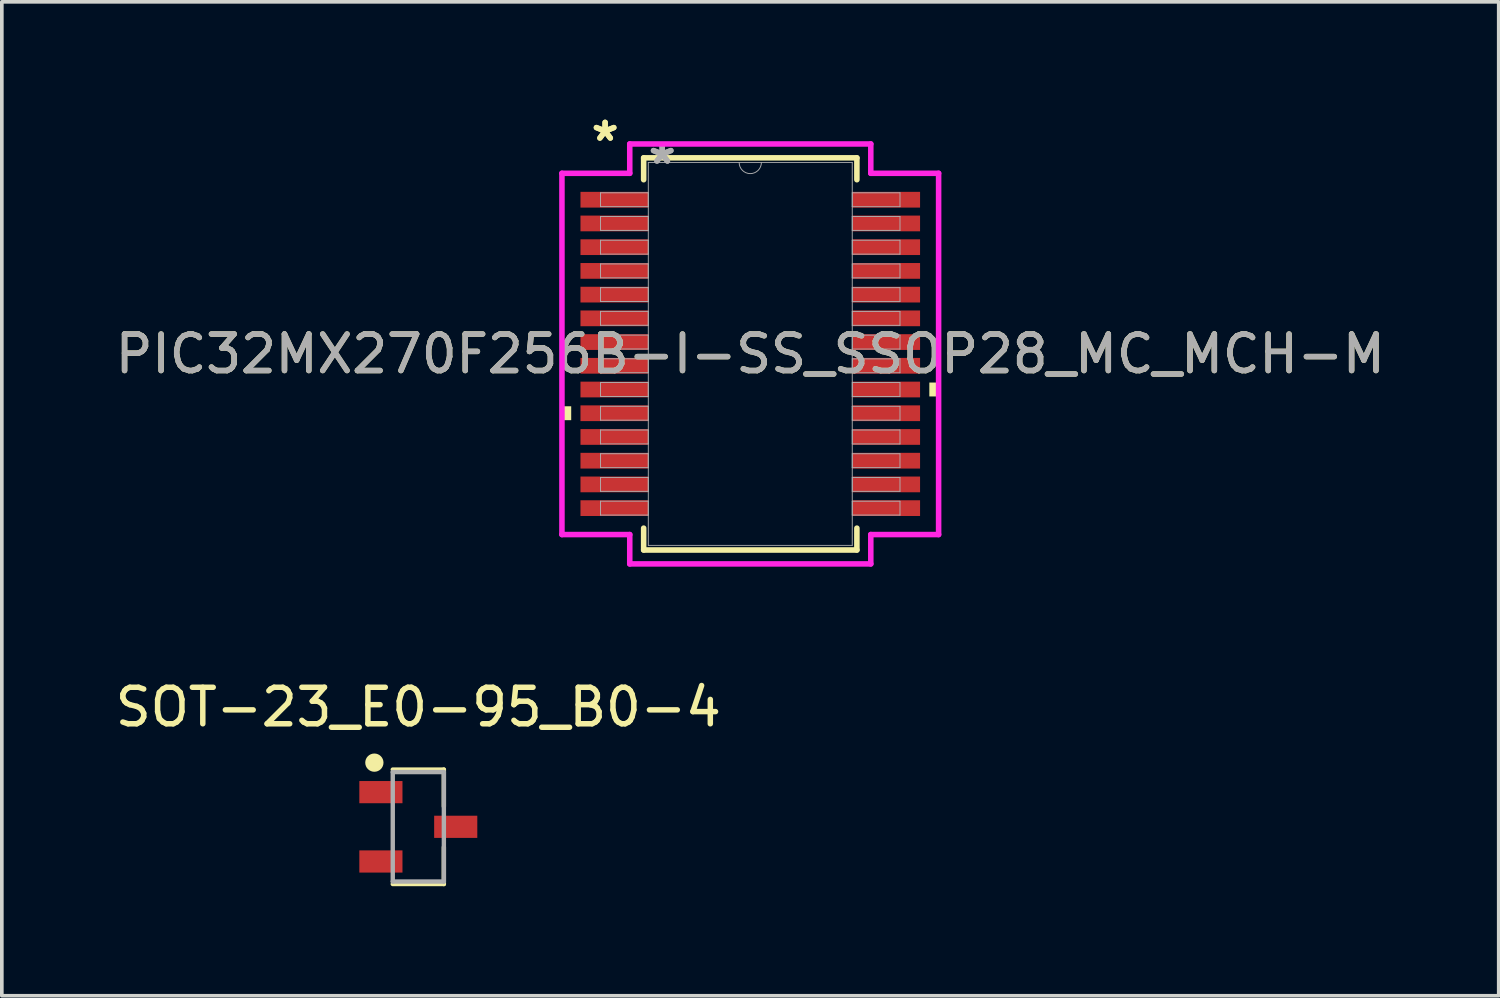
<source format=kicad_pcb>
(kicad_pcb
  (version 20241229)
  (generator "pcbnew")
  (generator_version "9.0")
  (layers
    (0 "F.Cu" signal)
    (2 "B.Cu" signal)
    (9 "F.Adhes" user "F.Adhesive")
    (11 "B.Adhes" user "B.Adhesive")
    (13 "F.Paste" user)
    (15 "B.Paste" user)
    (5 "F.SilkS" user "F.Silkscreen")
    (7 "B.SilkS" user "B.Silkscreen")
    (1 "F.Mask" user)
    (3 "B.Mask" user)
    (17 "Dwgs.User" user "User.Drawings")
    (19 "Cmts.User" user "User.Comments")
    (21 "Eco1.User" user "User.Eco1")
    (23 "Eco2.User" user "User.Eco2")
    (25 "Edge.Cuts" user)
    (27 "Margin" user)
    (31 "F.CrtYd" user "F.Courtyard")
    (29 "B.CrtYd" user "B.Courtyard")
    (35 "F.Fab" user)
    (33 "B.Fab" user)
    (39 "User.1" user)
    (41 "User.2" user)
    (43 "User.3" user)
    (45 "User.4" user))
  (footprint "SOT-23_E0-95_B0-4"
    (layer "F.Cu")
    (at 8.411 19.603)
    (property "Reference" "SOT-23_E0-95_B0-4" (at 0 -3.278 0) (layer "F.SilkS") (effects (font (size 1 1) (thickness 0.15))))
    (attr smd)
    (fp_line (start -0.7 -1.568) (end 0.7 -1.568) (stroke (width 0.12) (type solid)) (layer "F.SilkS"))
    (fp_line (start -0.7 1.568) (end 0.7 1.568) (stroke (width 0.12) (type solid)) (layer "F.SilkS"))
    (fp_line (start 0.7 -1.568) (end 0.7 -0.558) (stroke (width 0.12) (type solid)) (layer "F.SilkS"))
    (fp_line (start 0.7 1.568) (end 0.7 0.558) (stroke (width 0.12) (type solid)) (layer "F.SilkS"))
    (fp_circle (center -1.204 -1.758) (end -0.954 -1.758) (stroke (width 0) (type solid)) (fill yes) (layer "F.SilkS"))
    (fp_line (start -0.7 -1.5) (end 0.7 -1.5) (stroke (width 0.12) (type solid)) (layer "F.Fab"))
    (fp_line (start -0.7 1.5) (end -0.7 -1.5) (stroke (width 0.12) (type solid)) (layer "F.Fab"))
    (fp_line (start 0.7 -1.5) (end 0.7 1.5) (stroke (width 0.12) (type solid)) (layer "F.Fab"))
    (fp_line (start 0.7 1.5) (end -0.7 1.5) (stroke (width 0.12) (type solid)) (layer "F.Fab"))
    (pad "1" smd rect (at -1.025 -0.95) (size 1.182 0.608) (layers "F.Cu" "F.Mask" "F.Paste"))
    (pad "2" smd rect (at -1.025 0.95) (size 1.182 0.608) (layers "F.Cu" "F.Mask" "F.Paste"))
    (pad "3" smd rect (at 1.025 0) (size 1.182 0.608) (layers "F.Cu" "F.Mask" "F.Paste")))
  (footprint "PIC32MX270F256B-I-SS_SSOP28_MC_MCH-M"
    (layer "F.Cu")
    (at 17.506 6.647)
    (property "Reference" "PIC32MX270F256B-I-SS_SSOP28_MC_MCH-M" (at 0 0 0) (unlocked yes) (layer "F.SilkS") (effects (font (size 1 1) (thickness 0.15))))
    (attr smd)
    (fp_line (start -2.921 -5.372) (end -2.921 -4.773) (stroke (width 0.152) (type solid)) (layer "F.SilkS"))
    (fp_line (start -2.921 4.773) (end -2.921 5.372) (stroke (width 0.152) (type solid)) (layer "F.SilkS"))
    (fp_line (start -2.921 5.372) (end 2.921 5.372) (stroke (width 0.152) (type solid)) (layer "F.SilkS"))
    (fp_line (start 2.921 -5.372) (end -2.921 -5.372) (stroke (width 0.152) (type solid)) (layer "F.SilkS"))
    (fp_line (start 2.921 -4.773) (end 2.921 -5.372) (stroke (width 0.152) (type solid)) (layer "F.SilkS"))
    (fp_line (start 2.921 5.372) (end 2.921 4.773) (stroke (width 0.152) (type solid)) (layer "F.SilkS"))
    (fp_poly (pts (xy -5.16 1.434) (xy -5.16 1.815) (xy -4.906 1.815) (xy -4.906 1.434)) (stroke (width 0) (type solid)) (fill yes) (layer "F.SilkS"))
    (fp_poly (pts (xy 5.16 0.784) (xy 5.16 1.165) (xy 4.906 1.165) (xy 4.906 0.784)) (stroke (width 0) (type solid)) (fill yes) (layer "F.SilkS"))
    (fp_line (start -5.16 -4.949) (end -3.302 -4.949) (stroke (width 0.152) (type solid)) (layer "F.CrtYd"))
    (fp_line (start -5.16 4.949) (end -5.16 -4.949) (stroke (width 0.152) (type solid)) (layer "F.CrtYd"))
    (fp_line (start -5.16 4.949) (end -3.302 4.949) (stroke (width 0.152) (type solid)) (layer "F.CrtYd"))
    (fp_line (start -3.302 -5.753) (end 3.302 -5.753) (stroke (width 0.152) (type solid)) (layer "F.CrtYd"))
    (fp_line (start -3.302 -4.949) (end -3.302 -5.753) (stroke (width 0.152) (type solid)) (layer "F.CrtYd"))
    (fp_line (start -3.302 5.753) (end -3.302 4.949) (stroke (width 0.152) (type solid)) (layer "F.CrtYd"))
    (fp_line (start 3.302 -5.753) (end 3.302 -4.949) (stroke (width 0.152) (type solid)) (layer "F.CrtYd"))
    (fp_line (start 3.302 4.949) (end 3.302 5.753) (stroke (width 0.152) (type solid)) (layer "F.CrtYd"))
    (fp_line (start 3.302 5.753) (end -3.302 5.753) (stroke (width 0.152) (type solid)) (layer "F.CrtYd"))
    (fp_line (start 5.16 -4.949) (end 3.302 -4.949) (stroke (width 0.152) (type solid)) (layer "F.CrtYd"))
    (fp_line (start 5.16 -4.949) (end 5.16 4.949) (stroke (width 0.152) (type solid)) (layer "F.CrtYd"))
    (fp_line (start 5.16 4.949) (end 3.302 4.949) (stroke (width 0.152) (type solid)) (layer "F.CrtYd"))
    (fp_line (start -4.102 -4.415) (end -4.102 -4.035) (stroke (width 0.025) (type solid)) (layer "F.Fab"))
    (fp_line (start -4.102 -4.035) (end -2.794 -4.035) (stroke (width 0.025) (type solid)) (layer "F.Fab"))
    (fp_line (start -4.102 -3.765) (end -4.102 -3.385) (stroke (width 0.025) (type solid)) (layer "F.Fab"))
    (fp_line (start -4.102 -3.385) (end -2.794 -3.385) (stroke (width 0.025) (type solid)) (layer "F.Fab"))
    (fp_line (start -4.102 -3.115) (end -4.102 -2.735) (stroke (width 0.025) (type solid)) (layer "F.Fab"))
    (fp_line (start -4.102 -2.735) (end -2.794 -2.735) (stroke (width 0.025) (type solid)) (layer "F.Fab"))
    (fp_line (start -4.102 -2.466) (end -4.102 -2.084) (stroke (width 0.025) (type solid)) (layer "F.Fab"))
    (fp_line (start -4.102 -2.084) (end -2.794 -2.084) (stroke (width 0.025) (type solid)) (layer "F.Fab"))
    (fp_line (start -4.102 -1.816) (end -4.102 -1.435) (stroke (width 0.025) (type solid)) (layer "F.Fab"))
    (fp_line (start -4.102 -1.435) (end -2.794 -1.435) (stroke (width 0.025) (type solid)) (layer "F.Fab"))
    (fp_line (start -4.102 -1.166) (end -4.102 -0.785) (stroke (width 0.025) (type solid)) (layer "F.Fab"))
    (fp_line (start -4.102 -0.785) (end -2.794 -0.785) (stroke (width 0.025) (type solid)) (layer "F.Fab"))
    (fp_line (start -4.102 -0.516) (end -4.102 -0.135) (stroke (width 0.025) (type solid)) (layer "F.Fab"))
    (fp_line (start -4.102 -0.135) (end -2.794 -0.135) (stroke (width 0.025) (type solid)) (layer "F.Fab"))
    (fp_line (start -4.102 0.134) (end -4.102 0.515) (stroke (width 0.025) (type solid)) (layer "F.Fab"))
    (fp_line (start -4.102 0.515) (end -2.794 0.515) (stroke (width 0.025) (type solid)) (layer "F.Fab"))
    (fp_line (start -4.102 0.784) (end -4.102 1.165) (stroke (width 0.025) (type solid)) (layer "F.Fab"))
    (fp_line (start -4.102 1.165) (end -2.794 1.165) (stroke (width 0.025) (type solid)) (layer "F.Fab"))
    (fp_line (start -4.102 1.434) (end -4.102 1.815) (stroke (width 0.025) (type solid)) (layer "F.Fab"))
    (fp_line (start -4.102 1.815) (end -2.794 1.815) (stroke (width 0.025) (type solid)) (layer "F.Fab"))
    (fp_line (start -4.102 2.084) (end -4.102 2.465) (stroke (width 0.025) (type solid)) (layer "F.Fab"))
    (fp_line (start -4.102 2.465) (end -2.794 2.465) (stroke (width 0.025) (type solid)) (layer "F.Fab"))
    (fp_line (start -4.102 2.734) (end -4.102 3.115) (stroke (width 0.025) (type solid)) (layer "F.Fab"))
    (fp_line (start -4.102 3.115) (end -2.794 3.115) (stroke (width 0.025) (type solid)) (layer "F.Fab"))
    (fp_line (start -4.102 3.384) (end -4.102 3.765) (stroke (width 0.025) (type solid)) (layer "F.Fab"))
    (fp_line (start -4.102 3.765) (end -2.794 3.765) (stroke (width 0.025) (type solid)) (layer "F.Fab"))
    (fp_line (start -4.102 4.034) (end -4.102 4.415) (stroke (width 0.025) (type solid)) (layer "F.Fab"))
    (fp_line (start -4.102 4.415) (end -2.794 4.415) (stroke (width 0.025) (type solid)) (layer "F.Fab"))
    (fp_line (start -2.794 -5.245) (end -2.794 5.245) (stroke (width 0.025) (type solid)) (layer "F.Fab"))
    (fp_line (start -2.794 -4.415) (end -4.102 -4.415) (stroke (width 0.025) (type solid)) (layer "F.Fab"))
    (fp_line (start -2.794 -4.035) (end -2.794 -4.415) (stroke (width 0.025) (type solid)) (layer "F.Fab"))
    (fp_line (start -2.794 -3.765) (end -4.102 -3.765) (stroke (width 0.025) (type solid)) (layer "F.Fab"))
    (fp_line (start -2.794 -3.385) (end -2.794 -3.765) (stroke (width 0.025) (type solid)) (layer "F.Fab"))
    (fp_line (start -2.794 -3.115) (end -4.102 -3.115) (stroke (width 0.025) (type solid)) (layer "F.Fab"))
    (fp_line (start -2.794 -2.735) (end -2.794 -3.115) (stroke (width 0.025) (type solid)) (layer "F.Fab"))
    (fp_line (start -2.794 -2.466) (end -4.102 -2.466) (stroke (width 0.025) (type solid)) (layer "F.Fab"))
    (fp_line (start -2.794 -2.084) (end -2.794 -2.466) (stroke (width 0.025) (type solid)) (layer "F.Fab"))
    (fp_line (start -2.794 -1.816) (end -4.102 -1.816) (stroke (width 0.025) (type solid)) (layer "F.Fab"))
    (fp_line (start -2.794 -1.435) (end -2.794 -1.816) (stroke (width 0.025) (type solid)) (layer "F.Fab"))
    (fp_line (start -2.794 -1.166) (end -4.102 -1.166) (stroke (width 0.025) (type solid)) (layer "F.Fab"))
    (fp_line (start -2.794 -0.785) (end -2.794 -1.166) (stroke (width 0.025) (type solid)) (layer "F.Fab"))
    (fp_line (start -2.794 -0.516) (end -4.102 -0.516) (stroke (width 0.025) (type solid)) (layer "F.Fab"))
    (fp_line (start -2.794 -0.135) (end -2.794 -0.516) (stroke (width 0.025) (type solid)) (layer "F.Fab"))
    (fp_line (start -2.794 0.134) (end -4.102 0.134) (stroke (width 0.025) (type solid)) (layer "F.Fab"))
    (fp_line (start -2.794 0.515) (end -2.794 0.134) (stroke (width 0.025) (type solid)) (layer "F.Fab"))
    (fp_line (start -2.794 0.784) (end -4.102 0.784) (stroke (width 0.025) (type solid)) (layer "F.Fab"))
    (fp_line (start -2.794 1.165) (end -2.794 0.784) (stroke (width 0.025) (type solid)) (layer "F.Fab"))
    (fp_line (start -2.794 1.434) (end -4.102 1.434) (stroke (width 0.025) (type solid)) (layer "F.Fab"))
    (fp_line (start -2.794 1.815) (end -2.794 1.434) (stroke (width 0.025) (type solid)) (layer "F.Fab"))
    (fp_line (start -2.794 2.084) (end -4.102 2.084) (stroke (width 0.025) (type solid)) (layer "F.Fab"))
    (fp_line (start -2.794 2.465) (end -2.794 2.084) (stroke (width 0.025) (type solid)) (layer "F.Fab"))
    (fp_line (start -2.794 2.734) (end -4.102 2.734) (stroke (width 0.025) (type solid)) (layer "F.Fab"))
    (fp_line (start -2.794 3.115) (end -2.794 2.734) (stroke (width 0.025) (type solid)) (layer "F.Fab"))
    (fp_line (start -2.794 3.384) (end -4.102 3.384) (stroke (width 0.025) (type solid)) (layer "F.Fab"))
    (fp_line (start -2.794 3.765) (end -2.794 3.384) (stroke (width 0.025) (type solid)) (layer "F.Fab"))
    (fp_line (start -2.794 4.034) (end -4.102 4.034) (stroke (width 0.025) (type solid)) (layer "F.Fab"))
    (fp_line (start -2.794 4.415) (end -2.794 4.034) (stroke (width 0.025) (type solid)) (layer "F.Fab"))
    (fp_line (start -2.794 5.245) (end 2.794 5.245) (stroke (width 0.025) (type solid)) (layer "F.Fab"))
    (fp_line (start 2.794 -5.245) (end -2.794 -5.245) (stroke (width 0.025) (type solid)) (layer "F.Fab"))
    (fp_line (start 2.794 -4.415) (end 2.794 -4.034) (stroke (width 0.025) (type solid)) (layer "F.Fab"))
    (fp_line (start 2.794 -4.034) (end 4.102 -4.034) (stroke (width 0.025) (type solid)) (layer "F.Fab"))
    (fp_line (start 2.794 -3.765) (end 2.794 -3.384) (stroke (width 0.025) (type solid)) (layer "F.Fab"))
    (fp_line (start 2.794 -3.384) (end 4.102 -3.384) (stroke (width 0.025) (type solid)) (layer "F.Fab"))
    (fp_line (start 2.794 -3.115) (end 2.794 -2.734) (stroke (width 0.025) (type solid)) (layer "F.Fab"))
    (fp_line (start 2.794 -2.734) (end 4.102 -2.734) (stroke (width 0.025) (type solid)) (layer "F.Fab"))
    (fp_line (start 2.794 -2.465) (end 2.794 -2.084) (stroke (width 0.025) (type solid)) (layer "F.Fab"))
    (fp_line (start 2.794 -2.084) (end 4.102 -2.084) (stroke (width 0.025) (type solid)) (layer "F.Fab"))
    (fp_line (start 2.794 -1.815) (end 2.794 -1.434) (stroke (width 0.025) (type solid)) (layer "F.Fab"))
    (fp_line (start 2.794 -1.434) (end 4.102 -1.434) (stroke (width 0.025) (type solid)) (layer "F.Fab"))
    (fp_line (start 2.794 -1.165) (end 2.794 -0.784) (stroke (width 0.025) (type solid)) (layer "F.Fab"))
    (fp_line (start 2.794 -0.784) (end 4.102 -0.784) (stroke (width 0.025) (type solid)) (layer "F.Fab"))
    (fp_line (start 2.794 -0.515) (end 2.794 -0.134) (stroke (width 0.025) (type solid)) (layer "F.Fab"))
    (fp_line (start 2.794 -0.134) (end 4.102 -0.134) (stroke (width 0.025) (type solid)) (layer "F.Fab"))
    (fp_line (start 2.794 0.135) (end 2.794 0.516) (stroke (width 0.025) (type solid)) (layer "F.Fab"))
    (fp_line (start 2.794 0.516) (end 4.102 0.516) (stroke (width 0.025) (type solid)) (layer "F.Fab"))
    (fp_line (start 2.794 0.784) (end 2.794 1.165) (stroke (width 0.025) (type solid)) (layer "F.Fab"))
    (fp_line (start 2.794 1.165) (end 4.102 1.165) (stroke (width 0.025) (type solid)) (layer "F.Fab"))
    (fp_line (start 2.794 1.435) (end 2.794 1.815) (stroke (width 0.025) (type solid)) (layer "F.Fab"))
    (fp_line (start 2.794 1.815) (end 4.102 1.815) (stroke (width 0.025) (type solid)) (layer "F.Fab"))
    (fp_line (start 2.794 2.084) (end 2.794 2.466) (stroke (width 0.025) (type solid)) (layer "F.Fab"))
    (fp_line (start 2.794 2.466) (end 4.102 2.466) (stroke (width 0.025) (type solid)) (layer "F.Fab"))
    (fp_line (start 2.794 2.735) (end 2.794 3.115) (stroke (width 0.025) (type solid)) (layer "F.Fab"))
    (fp_line (start 2.794 3.115) (end 4.102 3.115) (stroke (width 0.025) (type solid)) (layer "F.Fab"))
    (fp_line (start 2.794 3.385) (end 2.794 3.765) (stroke (width 0.025) (type solid)) (layer "F.Fab"))
    (fp_line (start 2.794 3.765) (end 4.102 3.765) (stroke (width 0.025) (type solid)) (layer "F.Fab"))
    (fp_line (start 2.794 4.035) (end 2.794 4.415) (stroke (width 0.025) (type solid)) (layer "F.Fab"))
    (fp_line (start 2.794 4.415) (end 4.102 4.415) (stroke (width 0.025) (type solid)) (layer "F.Fab"))
    (fp_line (start 2.794 5.245) (end 2.794 -5.245) (stroke (width 0.025) (type solid)) (layer "F.Fab"))
    (fp_line (start 4.102 -4.415) (end 2.794 -4.415) (stroke (width 0.025) (type solid)) (layer "F.Fab"))
    (fp_line (start 4.102 -4.034) (end 4.102 -4.415) (stroke (width 0.025) (type solid)) (layer "F.Fab"))
    (fp_line (start 4.102 -3.765) (end 2.794 -3.765) (stroke (width 0.025) (type solid)) (layer "F.Fab"))
    (fp_line (start 4.102 -3.384) (end 4.102 -3.765) (stroke (width 0.025) (type solid)) (layer "F.Fab"))
    (fp_line (start 4.102 -3.115) (end 2.794 -3.115) (stroke (width 0.025) (type solid)) (layer "F.Fab"))
    (fp_line (start 4.102 -2.734) (end 4.102 -3.115) (stroke (width 0.025) (type solid)) (layer "F.Fab"))
    (fp_line (start 4.102 -2.465) (end 2.794 -2.465) (stroke (width 0.025) (type solid)) (layer "F.Fab"))
    (fp_line (start 4.102 -2.084) (end 4.102 -2.465) (stroke (width 0.025) (type solid)) (layer "F.Fab"))
    (fp_line (start 4.102 -1.815) (end 2.794 -1.815) (stroke (width 0.025) (type solid)) (layer "F.Fab"))
    (fp_line (start 4.102 -1.434) (end 4.102 -1.815) (stroke (width 0.025) (type solid)) (layer "F.Fab"))
    (fp_line (start 4.102 -1.165) (end 2.794 -1.165) (stroke (width 0.025) (type solid)) (layer "F.Fab"))
    (fp_line (start 4.102 -0.784) (end 4.102 -1.165) (stroke (width 0.025) (type solid)) (layer "F.Fab"))
    (fp_line (start 4.102 -0.515) (end 2.794 -0.515) (stroke (width 0.025) (type solid)) (layer "F.Fab"))
    (fp_line (start 4.102 -0.134) (end 4.102 -0.515) (stroke (width 0.025) (type solid)) (layer "F.Fab"))
    (fp_line (start 4.102 0.135) (end 2.794 0.135) (stroke (width 0.025) (type solid)) (layer "F.Fab"))
    (fp_line (start 4.102 0.516) (end 4.102 0.135) (stroke (width 0.025) (type solid)) (layer "F.Fab"))
    (fp_line (start 4.102 0.784) (end 2.794 0.784) (stroke (width 0.025) (type solid)) (layer "F.Fab"))
    (fp_line (start 4.102 1.165) (end 4.102 0.784) (stroke (width 0.025) (type solid)) (layer "F.Fab"))
    (fp_line (start 4.102 1.435) (end 2.794 1.435) (stroke (width 0.025) (type solid)) (layer "F.Fab"))
    (fp_line (start 4.102 1.815) (end 4.102 1.435) (stroke (width 0.025) (type solid)) (layer "F.Fab"))
    (fp_line (start 4.102 2.084) (end 2.794 2.084) (stroke (width 0.025) (type solid)) (layer "F.Fab"))
    (fp_line (start 4.102 2.466) (end 4.102 2.084) (stroke (width 0.025) (type solid)) (layer "F.Fab"))
    (fp_line (start 4.102 2.735) (end 2.794 2.735) (stroke (width 0.025) (type solid)) (layer "F.Fab"))
    (fp_line (start 4.102 3.115) (end 4.102 2.735) (stroke (width 0.025) (type solid)) (layer "F.Fab"))
    (fp_line (start 4.102 3.385) (end 2.794 3.385) (stroke (width 0.025) (type solid)) (layer "F.Fab"))
    (fp_line (start 4.102 3.765) (end 4.102 3.385) (stroke (width 0.025) (type solid)) (layer "F.Fab"))
    (fp_line (start 4.102 4.035) (end 2.794 4.035) (stroke (width 0.025) (type solid)) (layer "F.Fab"))
    (fp_line (start 4.102 4.415) (end 4.102 4.035) (stroke (width 0.025) (type solid)) (layer "F.Fab"))
    (fp_arc (start 0.3048 -5.2451) (mid 0 -4.9403) (end -0.3048 -5.2451) (stroke (width 0.0254) (type solid)) (layer "F.Fab"))
    (fp_text user "*" (at -3.977 -5.799 0) (layer "F.SilkS") (effects (font (size 1 1) (thickness 0.15))))
    (fp_text user "*" (at -3.977 -5.799 0) (unlocked yes) (layer "F.SilkS") (effects (font (size 1 1) (thickness 0.15))))
    (fp_text user "${REFERENCE}" (at 0 0 0) (unlocked yes) (layer "F.Fab") (effects (font (size 1 1) (thickness 0.15))))
    (fp_text user "*" (at -2.413 -5.169 0) (unlocked yes) (layer "F.Fab") (effects (font (size 1 1) (thickness 0.15))))
    (fp_text user "*" (at -2.413 -5.169 0) (layer "F.Fab") (effects (font (size 1 1) (thickness 0.15))))
    (pad "1" smd rect (at -3.723 -4.225) (size 1.858 0.431) (layers "F.Cu" "F.Mask" "F.Paste"))
    (pad "2" smd rect (at -3.723 -3.575) (size 1.858 0.431) (layers "F.Cu" "F.Mask" "F.Paste"))
    (pad "3" smd rect (at -3.723 -2.925) (size 1.858 0.431) (layers "F.Cu" "F.Mask" "F.Paste"))
    (pad "4" smd rect (at -3.723 -2.275) (size 1.858 0.431) (layers "F.Cu" "F.Mask" "F.Paste"))
    (pad "5" smd rect (at -3.723 -1.625) (size 1.858 0.431) (layers "F.Cu" "F.Mask" "F.Paste"))
    (pad "6" smd rect (at -3.723 -0.975) (size 1.858 0.431) (layers "F.Cu" "F.Mask" "F.Paste"))
    (pad "7" smd rect (at -3.723 -0.325) (size 1.858 0.431) (layers "F.Cu" "F.Mask" "F.Paste"))
    (pad "8" smd rect (at -3.723 0.325) (size 1.858 0.431) (layers "F.Cu" "F.Mask" "F.Paste"))
    (pad "9" smd rect (at -3.723 0.975) (size 1.858 0.431) (layers "F.Cu" "F.Mask" "F.Paste"))
    (pad "10" smd rect (at -3.723 1.625) (size 1.858 0.431) (layers "F.Cu" "F.Mask" "F.Paste"))
    (pad "11" smd rect (at -3.723 2.275) (size 1.858 0.431) (layers "F.Cu" "F.Mask" "F.Paste"))
    (pad "12" smd rect (at -3.723 2.925) (size 1.858 0.431) (layers "F.Cu" "F.Mask" "F.Paste"))
    (pad "13" smd rect (at -3.723 3.575) (size 1.858 0.431) (layers "F.Cu" "F.Mask" "F.Paste"))
    (pad "14" smd rect (at -3.723 4.225) (size 1.858 0.431) (layers "F.Cu" "F.Mask" "F.Paste"))
    (pad "15" smd rect (at 3.723 4.225) (size 1.858 0.431) (layers "F.Cu" "F.Mask" "F.Paste"))
    (pad "16" smd rect (at 3.723 3.575) (size 1.858 0.431) (layers "F.Cu" "F.Mask" "F.Paste"))
    (pad "17" smd rect (at 3.723 2.925) (size 1.858 0.431) (layers "F.Cu" "F.Mask" "F.Paste"))
    (pad "18" smd rect (at 3.723 2.275) (size 1.858 0.431) (layers "F.Cu" "F.Mask" "F.Paste"))
    (pad "19" smd rect (at 3.723 1.625) (size 1.858 0.431) (layers "F.Cu" "F.Mask" "F.Paste"))
    (pad "20" smd rect (at 3.723 0.975) (size 1.858 0.431) (layers "F.Cu" "F.Mask" "F.Paste"))
    (pad "21" smd rect (at 3.723 0.325) (size 1.858 0.431) (layers "F.Cu" "F.Mask" "F.Paste"))
    (pad "22" smd rect (at 3.723 -0.325) (size 1.858 0.431) (layers "F.Cu" "F.Mask" "F.Paste"))
    (pad "23" smd rect (at 3.723 -0.975) (size 1.858 0.431) (layers "F.Cu" "F.Mask" "F.Paste"))
    (pad "24" smd rect (at 3.723 -1.625) (size 1.858 0.431) (layers "F.Cu" "F.Mask" "F.Paste"))
    (pad "25" smd rect (at 3.723 -2.275) (size 1.858 0.431) (layers "F.Cu" "F.Mask" "F.Paste"))
    (pad "26" smd rect (at 3.723 -2.925) (size 1.858 0.431) (layers "F.Cu" "F.Mask" "F.Paste"))
    (pad "27" smd rect (at 3.723 -3.575) (size 1.858 0.431) (layers "F.Cu" "F.Mask" "F.Paste"))
    (pad "28" smd rect (at 3.723 -4.225) (size 1.858 0.431) (layers "F.Cu" "F.Mask" "F.Paste")))
  (gr_rect
    (start -3 -3)
    (end 38.012 24.231)
    (stroke (width 0.1) (type default))
    (fill no)
    (layer "Edge.Cuts")))
</source>
